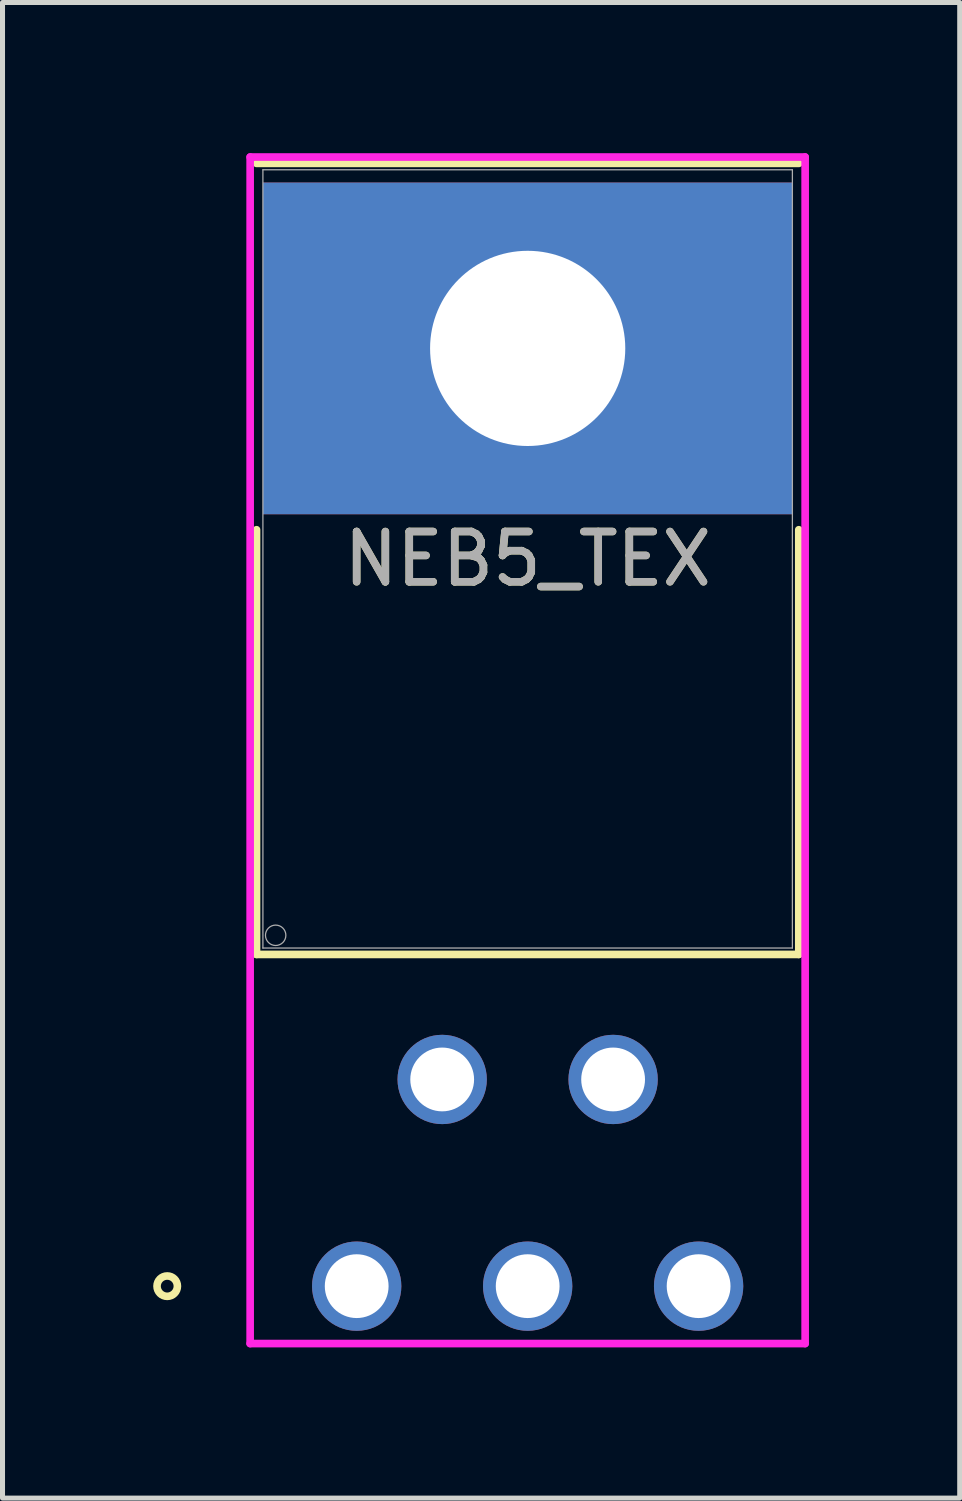
<source format=kicad_pcb>
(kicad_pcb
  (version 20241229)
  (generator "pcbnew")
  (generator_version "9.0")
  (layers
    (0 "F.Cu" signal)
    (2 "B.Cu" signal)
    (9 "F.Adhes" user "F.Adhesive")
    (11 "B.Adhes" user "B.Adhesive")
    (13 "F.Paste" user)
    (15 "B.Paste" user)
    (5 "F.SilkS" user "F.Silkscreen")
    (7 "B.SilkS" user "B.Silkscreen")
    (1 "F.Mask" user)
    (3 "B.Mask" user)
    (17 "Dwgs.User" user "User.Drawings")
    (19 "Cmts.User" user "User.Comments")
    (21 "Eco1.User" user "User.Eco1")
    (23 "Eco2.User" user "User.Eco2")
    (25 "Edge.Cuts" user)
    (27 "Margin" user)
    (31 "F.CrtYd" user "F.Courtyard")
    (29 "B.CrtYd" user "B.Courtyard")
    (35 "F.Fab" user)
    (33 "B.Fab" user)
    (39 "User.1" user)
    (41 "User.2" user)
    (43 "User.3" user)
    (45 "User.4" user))
  (footprint "NEB5_TEX"
    (layer "F.Cu")
    (at 4.051 22.555)
    (property "Reference" "NEB5_TEX" (at 3.404 -14.478 0) (unlocked yes) (layer "F.SilkS") (effects (font (size 1 1) (thickness 0.15))))
    (attr through_hole)
    (fp_line (start -1.994 -15.059) (end -1.994 -6.604) (stroke (width 0.152) (type solid)) (layer "F.SilkS"))
    (fp_line (start -1.994 -6.604) (end 8.801 -6.604) (stroke (width 0.152) (type solid)) (layer "F.SilkS"))
    (fp_line (start 8.801 -22.352) (end -1.994 -22.352) (stroke (width 0.152) (type solid)) (layer "F.SilkS"))
    (fp_line (start 8.801 -6.604) (end 8.801 -15.059) (stroke (width 0.152) (type solid)) (layer "F.SilkS"))
    (fp_circle (center -3.772 0) (end -3.569 0) (stroke (width 0.152) (type solid)) (fill no) (layer "F.SilkS"))
    (fp_line (start -2.121 -22.479) (end -2.121 1.143) (stroke (width 0.152) (type solid)) (layer "F.CrtYd"))
    (fp_line (start -2.121 1.143) (end 8.928 1.143) (stroke (width 0.152) (type solid)) (layer "F.CrtYd"))
    (fp_line (start 8.928 -22.479) (end -2.121 -22.479) (stroke (width 0.152) (type solid)) (layer "F.CrtYd"))
    (fp_line (start 8.928 1.143) (end 8.928 -22.479) (stroke (width 0.152) (type solid)) (layer "F.CrtYd"))
    (fp_line (start -1.867 -22.225) (end -1.867 -6.731) (stroke (width 0.025) (type solid)) (layer "F.Fab"))
    (fp_line (start -1.867 -6.731) (end 8.674 -6.731) (stroke (width 0.025) (type solid)) (layer "F.Fab"))
    (fp_line (start 8.674 -22.225) (end -1.867 -22.225) (stroke (width 0.025) (type solid)) (layer "F.Fab"))
    (fp_line (start 8.674 -6.731) (end 8.674 -22.225) (stroke (width 0.025) (type solid)) (layer "F.Fab"))
    (fp_circle (center -1.613 -6.985) (end -1.41 -6.985) (stroke (width 0.025) (type solid)) (fill no) (layer "F.Fab"))
    (fp_text user "${REFERENCE}" (at 3.404 -14.478 0) (unlocked yes) (layer "F.Fab") (effects (font (size 1 1) (thickness 0.15))))
    (pad "1" thru_hole circle (at 0 0) (size 1.778 1.778) (drill 1.27) (layers "*.Cu" "*.Mask"))
    (pad "2" thru_hole circle (at 1.702 -4.115) (size 1.778 1.778) (drill 1.27) (layers "*.Cu" "*.Mask"))
    (pad "3" thru_hole circle (at 3.404 0) (size 1.778 1.778) (drill 1.27) (layers "*.Cu" "*.Mask"))
    (pad "4" thru_hole circle (at 5.105 -4.115) (size 1.778 1.778) (drill 1.27) (layers "*.Cu" "*.Mask"))
    (pad "5" thru_hole circle (at 6.807 0) (size 1.778 1.778) (drill 1.27) (layers "*.Cu" "*.Mask"))
    (pad "6" thru_hole rect (at 3.404 -18.669) (size 10.541 6.604) (drill 3.886) (layers "*.Cu" "*.Mask")))
  (gr_rect
    (start -3 -3)
    (end 16.056 26.774)
    (stroke (width 0.1) (type default))
    (fill no)
    (layer "Edge.Cuts")))
</source>
